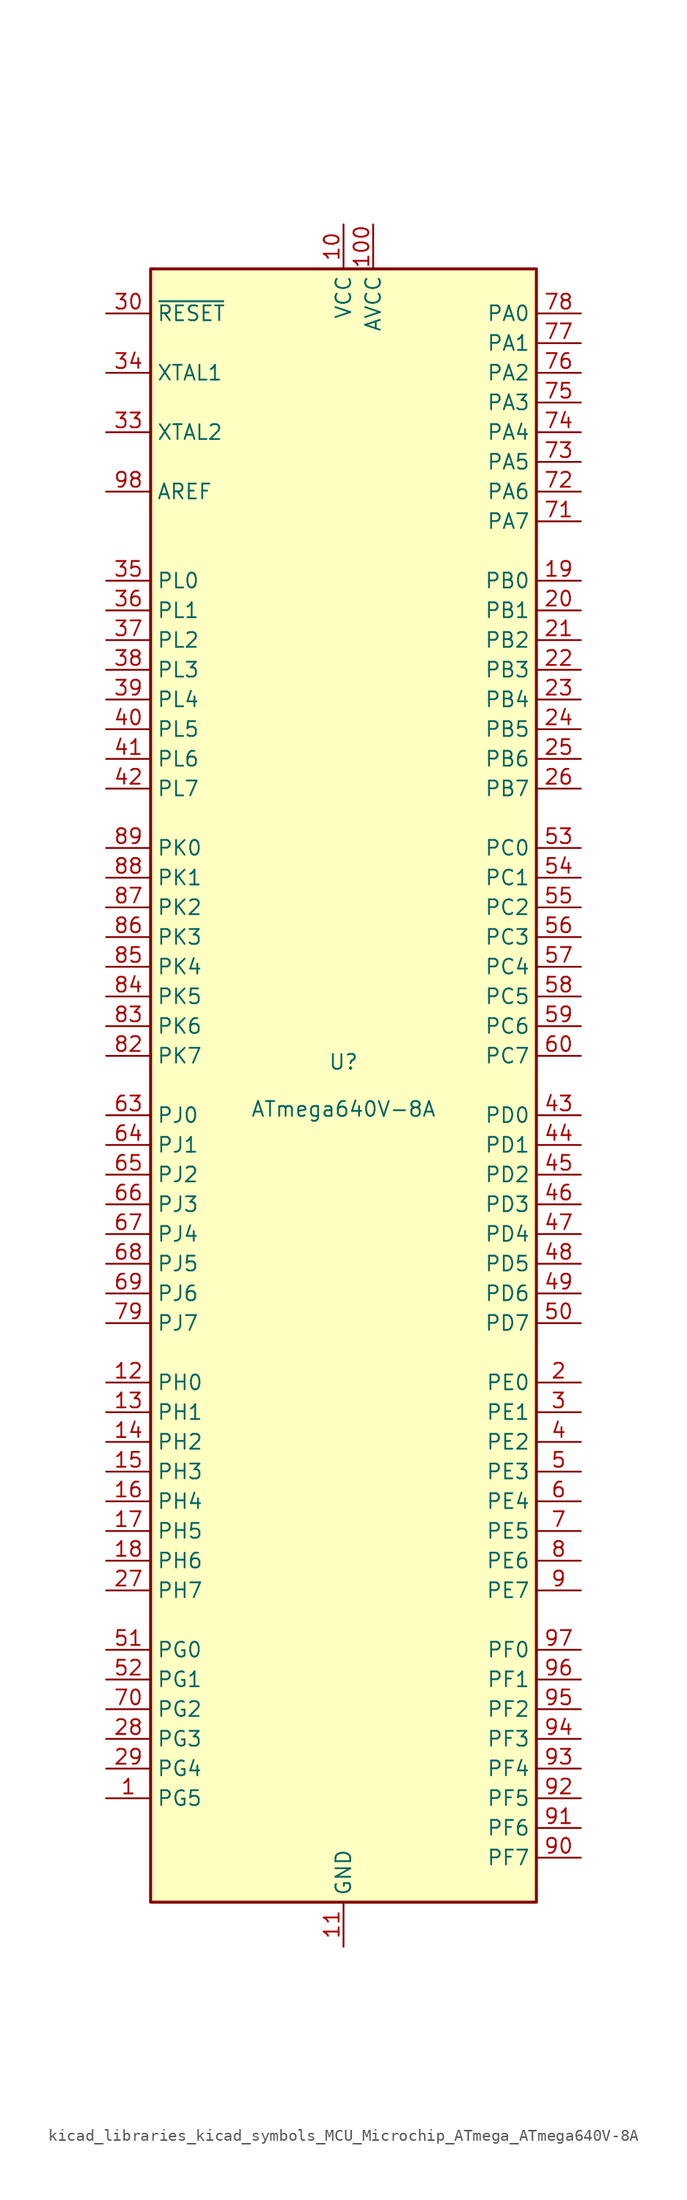
<source format=kicad_sym>
(kicad_symbol_lib
  (version 20220914)
  (generator kicad_symbol_editor)
  (symbol "kicad_libraries_kicad_symbols_MCU_Microchip_ATmega_ATmega640V-8A"
    (property "Reference" "U"
      (at 0 1.27 0)
      (effects (font (size 1.27 1.27)) (justify bottom)))
    (property "Value" "ATmega640V-8A"
      (at 0 -1.27 0)
      (effects (font (size 1.27 1.27)) (justify top)))
    (symbol "kicad_libraries_kicad_symbols_MCU_Microchip_ATmega_ATmega640V-8A_0_1"
      (rectangle (start -16.51 -69.85) (end 16.51 69.85) (stroke (width 0.254) (type default)) (fill (type background))))
    (symbol "kicad_libraries_kicad_symbols_MCU_Microchip_ATmega_ATmega640V-8A_1_1"
      (pin bidirectional line (at -20.32 -60.96 0) (length 3.81) (name "PG5" (effects (font (size 1.27 1.27)))) (number "1" (effects (font (size 1.27 1.27)))))
      (pin power_in line (at 0 73.66 270) (length 3.81) (name "VCC" (effects (font (size 1.27 1.27)))) (number "10" (effects (font (size 1.27 1.27)))))
      (pin power_in line (at 2.54 73.66 270) (length 3.81) (name "AVCC" (effects (font (size 1.27 1.27)))) (number "100" (effects (font (size 1.27 1.27)))))
      (pin power_in line (at 0 -73.66 90) (length 3.81) (name "GND" (effects (font (size 1.27 1.27)))) (number "11" (effects (font (size 1.27 1.27)))))
      (pin bidirectional line (at -20.32 -25.4 0) (length 3.81) (name "PH0" (effects (font (size 1.27 1.27)))) (number "12" (effects (font (size 1.27 1.27)))))
      (pin bidirectional line (at -20.32 -27.94 0) (length 3.81) (name "PH1" (effects (font (size 1.27 1.27)))) (number "13" (effects (font (size 1.27 1.27)))))
      (pin bidirectional line (at -20.32 -30.48 0) (length 3.81) (name "PH2" (effects (font (size 1.27 1.27)))) (number "14" (effects (font (size 1.27 1.27)))))
      (pin bidirectional line (at -20.32 -33.02 0) (length 3.81) (name "PH3" (effects (font (size 1.27 1.27)))) (number "15" (effects (font (size 1.27 1.27)))))
      (pin bidirectional line (at -20.32 -35.56 0) (length 3.81) (name "PH4" (effects (font (size 1.27 1.27)))) (number "16" (effects (font (size 1.27 1.27)))))
      (pin bidirectional line (at -20.32 -38.1 0) (length 3.81) (name "PH5" (effects (font (size 1.27 1.27)))) (number "17" (effects (font (size 1.27 1.27)))))
      (pin bidirectional line (at -20.32 -40.64 0) (length 3.81) (name "PH6" (effects (font (size 1.27 1.27)))) (number "18" (effects (font (size 1.27 1.27)))))
      (pin bidirectional line (at 20.32 43.18 180) (length 3.81) (name "PB0" (effects (font (size 1.27 1.27)))) (number "19" (effects (font (size 1.27 1.27)))))
      (pin bidirectional line (at 20.32 -25.4 180) (length 3.81) (name "PE0" (effects (font (size 1.27 1.27)))) (number "2" (effects (font (size 1.27 1.27)))))
      (pin bidirectional line (at 20.32 40.64 180) (length 3.81) (name "PB1" (effects (font (size 1.27 1.27)))) (number "20" (effects (font (size 1.27 1.27)))))
      (pin bidirectional line (at 20.32 38.1 180) (length 3.81) (name "PB2" (effects (font (size 1.27 1.27)))) (number "21" (effects (font (size 1.27 1.27)))))
      (pin bidirectional line (at 20.32 35.56 180) (length 3.81) (name "PB3" (effects (font (size 1.27 1.27)))) (number "22" (effects (font (size 1.27 1.27)))))
      (pin bidirectional line (at 20.32 33.02 180) (length 3.81) (name "PB4" (effects (font (size 1.27 1.27)))) (number "23" (effects (font (size 1.27 1.27)))))
      (pin bidirectional line (at 20.32 30.48 180) (length 3.81) (name "PB5" (effects (font (size 1.27 1.27)))) (number "24" (effects (font (size 1.27 1.27)))))
      (pin bidirectional line (at 20.32 27.94 180) (length 3.81) (name "PB6" (effects (font (size 1.27 1.27)))) (number "25" (effects (font (size 1.27 1.27)))))
      (pin bidirectional line (at 20.32 25.4 180) (length 3.81) (name "PB7" (effects (font (size 1.27 1.27)))) (number "26" (effects (font (size 1.27 1.27)))))
      (pin bidirectional line (at -20.32 -43.18 0) (length 3.81) (name "PH7" (effects (font (size 1.27 1.27)))) (number "27" (effects (font (size 1.27 1.27)))))
      (pin bidirectional line (at -20.32 -55.88 0) (length 3.81) (name "PG3" (effects (font (size 1.27 1.27)))) (number "28" (effects (font (size 1.27 1.27)))))
      (pin bidirectional line (at -20.32 -58.42 0) (length 3.81) (name "PG4" (effects (font (size 1.27 1.27)))) (number "29" (effects (font (size 1.27 1.27)))))
      (pin bidirectional line (at 20.32 -27.94 180) (length 3.81) (name "PE1" (effects (font (size 1.27 1.27)))) (number "3" (effects (font (size 1.27 1.27)))))
      (pin input line (at -20.32 66.04 0) (length 3.81) (name "~{RESET}" (effects (font (size 1.27 1.27)))) (number "30" (effects (font (size 1.27 1.27)))))
      (pin passive line (at 0 73.66 270) (length 3.81) hide (name "VCC" (effects (font (size 1.27 1.27)))) (number "31" (effects (font (size 1.27 1.27)))))
      (pin passive line (at 0 -73.66 90) (length 3.81) hide (name "GND" (effects (font (size 1.27 1.27)))) (number "32" (effects (font (size 1.27 1.27)))))
      (pin output line (at -20.32 55.88 0) (length 3.81) (name "XTAL2" (effects (font (size 1.27 1.27)))) (number "33" (effects (font (size 1.27 1.27)))))
      (pin input line (at -20.32 60.96 0) (length 3.81) (name "XTAL1" (effects (font (size 1.27 1.27)))) (number "34" (effects (font (size 1.27 1.27)))))
      (pin bidirectional line (at -20.32 43.18 0) (length 3.81) (name "PL0" (effects (font (size 1.27 1.27)))) (number "35" (effects (font (size 1.27 1.27)))))
      (pin bidirectional line (at -20.32 40.64 0) (length 3.81) (name "PL1" (effects (font (size 1.27 1.27)))) (number "36" (effects (font (size 1.27 1.27)))))
      (pin bidirectional line (at -20.32 38.1 0) (length 3.81) (name "PL2" (effects (font (size 1.27 1.27)))) (number "37" (effects (font (size 1.27 1.27)))))
      (pin bidirectional line (at -20.32 35.56 0) (length 3.81) (name "PL3" (effects (font (size 1.27 1.27)))) (number "38" (effects (font (size 1.27 1.27)))))
      (pin bidirectional line (at -20.32 33.02 0) (length 3.81) (name "PL4" (effects (font (size 1.27 1.27)))) (number "39" (effects (font (size 1.27 1.27)))))
      (pin bidirectional line (at 20.32 -30.48 180) (length 3.81) (name "PE2" (effects (font (size 1.27 1.27)))) (number "4" (effects (font (size 1.27 1.27)))))
      (pin bidirectional line (at -20.32 30.48 0) (length 3.81) (name "PL5" (effects (font (size 1.27 1.27)))) (number "40" (effects (font (size 1.27 1.27)))))
      (pin bidirectional line (at -20.32 27.94 0) (length 3.81) (name "PL6" (effects (font (size 1.27 1.27)))) (number "41" (effects (font (size 1.27 1.27)))))
      (pin bidirectional line (at -20.32 25.4 0) (length 3.81) (name "PL7" (effects (font (size 1.27 1.27)))) (number "42" (effects (font (size 1.27 1.27)))))
      (pin bidirectional line (at 20.32 -2.54 180) (length 3.81) (name "PD0" (effects (font (size 1.27 1.27)))) (number "43" (effects (font (size 1.27 1.27)))))
      (pin bidirectional line (at 20.32 -5.08 180) (length 3.81) (name "PD1" (effects (font (size 1.27 1.27)))) (number "44" (effects (font (size 1.27 1.27)))))
      (pin bidirectional line (at 20.32 -7.62 180) (length 3.81) (name "PD2" (effects (font (size 1.27 1.27)))) (number "45" (effects (font (size 1.27 1.27)))))
      (pin bidirectional line (at 20.32 -10.16 180) (length 3.81) (name "PD3" (effects (font (size 1.27 1.27)))) (number "46" (effects (font (size 1.27 1.27)))))
      (pin bidirectional line (at 20.32 -12.7 180) (length 3.81) (name "PD4" (effects (font (size 1.27 1.27)))) (number "47" (effects (font (size 1.27 1.27)))))
      (pin bidirectional line (at 20.32 -15.24 180) (length 3.81) (name "PD5" (effects (font (size 1.27 1.27)))) (number "48" (effects (font (size 1.27 1.27)))))
      (pin bidirectional line (at 20.32 -17.78 180) (length 3.81) (name "PD6" (effects (font (size 1.27 1.27)))) (number "49" (effects (font (size 1.27 1.27)))))
      (pin bidirectional line (at 20.32 -33.02 180) (length 3.81) (name "PE3" (effects (font (size 1.27 1.27)))) (number "5" (effects (font (size 1.27 1.27)))))
      (pin bidirectional line (at 20.32 -20.32 180) (length 3.81) (name "PD7" (effects (font (size 1.27 1.27)))) (number "50" (effects (font (size 1.27 1.27)))))
      (pin bidirectional line (at -20.32 -48.26 0) (length 3.81) (name "PG0" (effects (font (size 1.27 1.27)))) (number "51" (effects (font (size 1.27 1.27)))))
      (pin bidirectional line (at -20.32 -50.8 0) (length 3.81) (name "PG1" (effects (font (size 1.27 1.27)))) (number "52" (effects (font (size 1.27 1.27)))))
      (pin bidirectional line (at 20.32 20.32 180) (length 3.81) (name "PC0" (effects (font (size 1.27 1.27)))) (number "53" (effects (font (size 1.27 1.27)))))
      (pin bidirectional line (at 20.32 17.78 180) (length 3.81) (name "PC1" (effects (font (size 1.27 1.27)))) (number "54" (effects (font (size 1.27 1.27)))))
      (pin bidirectional line (at 20.32 15.24 180) (length 3.81) (name "PC2" (effects (font (size 1.27 1.27)))) (number "55" (effects (font (size 1.27 1.27)))))
      (pin bidirectional line (at 20.32 12.7 180) (length 3.81) (name "PC3" (effects (font (size 1.27 1.27)))) (number "56" (effects (font (size 1.27 1.27)))))
      (pin bidirectional line (at 20.32 10.16 180) (length 3.81) (name "PC4" (effects (font (size 1.27 1.27)))) (number "57" (effects (font (size 1.27 1.27)))))
      (pin bidirectional line (at 20.32 7.62 180) (length 3.81) (name "PC5" (effects (font (size 1.27 1.27)))) (number "58" (effects (font (size 1.27 1.27)))))
      (pin bidirectional line (at 20.32 5.08 180) (length 3.81) (name "PC6" (effects (font (size 1.27 1.27)))) (number "59" (effects (font (size 1.27 1.27)))))
      (pin bidirectional line (at 20.32 -35.56 180) (length 3.81) (name "PE4" (effects (font (size 1.27 1.27)))) (number "6" (effects (font (size 1.27 1.27)))))
      (pin bidirectional line (at 20.32 2.54 180) (length 3.81) (name "PC7" (effects (font (size 1.27 1.27)))) (number "60" (effects (font (size 1.27 1.27)))))
      (pin passive line (at 0 73.66 270) (length 3.81) hide (name "VCC" (effects (font (size 1.27 1.27)))) (number "61" (effects (font (size 1.27 1.27)))))
      (pin passive line (at 0 -73.66 90) (length 3.81) hide (name "GND" (effects (font (size 1.27 1.27)))) (number "62" (effects (font (size 1.27 1.27)))))
      (pin bidirectional line (at -20.32 -2.54 0) (length 3.81) (name "PJ0" (effects (font (size 1.27 1.27)))) (number "63" (effects (font (size 1.27 1.27)))))
      (pin bidirectional line (at -20.32 -5.08 0) (length 3.81) (name "PJ1" (effects (font (size 1.27 1.27)))) (number "64" (effects (font (size 1.27 1.27)))))
      (pin bidirectional line (at -20.32 -7.62 0) (length 3.81) (name "PJ2" (effects (font (size 1.27 1.27)))) (number "65" (effects (font (size 1.27 1.27)))))
      (pin bidirectional line (at -20.32 -10.16 0) (length 3.81) (name "PJ3" (effects (font (size 1.27 1.27)))) (number "66" (effects (font (size 1.27 1.27)))))
      (pin bidirectional line (at -20.32 -12.7 0) (length 3.81) (name "PJ4" (effects (font (size 1.27 1.27)))) (number "67" (effects (font (size 1.27 1.27)))))
      (pin bidirectional line (at -20.32 -15.24 0) (length 3.81) (name "PJ5" (effects (font (size 1.27 1.27)))) (number "68" (effects (font (size 1.27 1.27)))))
      (pin bidirectional line (at -20.32 -17.78 0) (length 3.81) (name "PJ6" (effects (font (size 1.27 1.27)))) (number "69" (effects (font (size 1.27 1.27)))))
      (pin bidirectional line (at 20.32 -38.1 180) (length 3.81) (name "PE5" (effects (font (size 1.27 1.27)))) (number "7" (effects (font (size 1.27 1.27)))))
      (pin bidirectional line (at -20.32 -53.34 0) (length 3.81) (name "PG2" (effects (font (size 1.27 1.27)))) (number "70" (effects (font (size 1.27 1.27)))))
      (pin bidirectional line (at 20.32 48.26 180) (length 3.81) (name "PA7" (effects (font (size 1.27 1.27)))) (number "71" (effects (font (size 1.27 1.27)))))
      (pin bidirectional line (at 20.32 50.8 180) (length 3.81) (name "PA6" (effects (font (size 1.27 1.27)))) (number "72" (effects (font (size 1.27 1.27)))))
      (pin bidirectional line (at 20.32 53.34 180) (length 3.81) (name "PA5" (effects (font (size 1.27 1.27)))) (number "73" (effects (font (size 1.27 1.27)))))
      (pin bidirectional line (at 20.32 55.88 180) (length 3.81) (name "PA4" (effects (font (size 1.27 1.27)))) (number "74" (effects (font (size 1.27 1.27)))))
      (pin bidirectional line (at 20.32 58.42 180) (length 3.81) (name "PA3" (effects (font (size 1.27 1.27)))) (number "75" (effects (font (size 1.27 1.27)))))
      (pin bidirectional line (at 20.32 60.96 180) (length 3.81) (name "PA2" (effects (font (size 1.27 1.27)))) (number "76" (effects (font (size 1.27 1.27)))))
      (pin bidirectional line (at 20.32 63.5 180) (length 3.81) (name "PA1" (effects (font (size 1.27 1.27)))) (number "77" (effects (font (size 1.27 1.27)))))
      (pin bidirectional line (at 20.32 66.04 180) (length 3.81) (name "PA0" (effects (font (size 1.27 1.27)))) (number "78" (effects (font (size 1.27 1.27)))))
      (pin bidirectional line (at -20.32 -20.32 0) (length 3.81) (name "PJ7" (effects (font (size 1.27 1.27)))) (number "79" (effects (font (size 1.27 1.27)))))
      (pin bidirectional line (at 20.32 -40.64 180) (length 3.81) (name "PE6" (effects (font (size 1.27 1.27)))) (number "8" (effects (font (size 1.27 1.27)))))
      (pin passive line (at 0 73.66 270) (length 3.81) hide (name "VCC" (effects (font (size 1.27 1.27)))) (number "80" (effects (font (size 1.27 1.27)))))
      (pin passive line (at 0 -73.66 90) (length 3.81) hide (name "GND" (effects (font (size 1.27 1.27)))) (number "81" (effects (font (size 1.27 1.27)))))
      (pin bidirectional line (at -20.32 2.54 0) (length 3.81) (name "PK7" (effects (font (size 1.27 1.27)))) (number "82" (effects (font (size 1.27 1.27)))))
      (pin bidirectional line (at -20.32 5.08 0) (length 3.81) (name "PK6" (effects (font (size 1.27 1.27)))) (number "83" (effects (font (size 1.27 1.27)))))
      (pin bidirectional line (at -20.32 7.62 0) (length 3.81) (name "PK5" (effects (font (size 1.27 1.27)))) (number "84" (effects (font (size 1.27 1.27)))))
      (pin bidirectional line (at -20.32 10.16 0) (length 3.81) (name "PK4" (effects (font (size 1.27 1.27)))) (number "85" (effects (font (size 1.27 1.27)))))
      (pin bidirectional line (at -20.32 12.7 0) (length 3.81) (name "PK3" (effects (font (size 1.27 1.27)))) (number "86" (effects (font (size 1.27 1.27)))))
      (pin bidirectional line (at -20.32 15.24 0) (length 3.81) (name "PK2" (effects (font (size 1.27 1.27)))) (number "87" (effects (font (size 1.27 1.27)))))
      (pin bidirectional line (at -20.32 17.78 0) (length 3.81) (name "PK1" (effects (font (size 1.27 1.27)))) (number "88" (effects (font (size 1.27 1.27)))))
      (pin bidirectional line (at -20.32 20.32 0) (length 3.81) (name "PK0" (effects (font (size 1.27 1.27)))) (number "89" (effects (font (size 1.27 1.27)))))
      (pin bidirectional line (at 20.32 -43.18 180) (length 3.81) (name "PE7" (effects (font (size 1.27 1.27)))) (number "9" (effects (font (size 1.27 1.27)))))
      (pin bidirectional line (at 20.32 -66.04 180) (length 3.81) (name "PF7" (effects (font (size 1.27 1.27)))) (number "90" (effects (font (size 1.27 1.27)))))
      (pin bidirectional line (at 20.32 -63.5 180) (length 3.81) (name "PF6" (effects (font (size 1.27 1.27)))) (number "91" (effects (font (size 1.27 1.27)))))
      (pin bidirectional line (at 20.32 -60.96 180) (length 3.81) (name "PF5" (effects (font (size 1.27 1.27)))) (number "92" (effects (font (size 1.27 1.27)))))
      (pin bidirectional line (at 20.32 -58.42 180) (length 3.81) (name "PF4" (effects (font (size 1.27 1.27)))) (number "93" (effects (font (size 1.27 1.27)))))
      (pin bidirectional line (at 20.32 -55.88 180) (length 3.81) (name "PF3" (effects (font (size 1.27 1.27)))) (number "94" (effects (font (size 1.27 1.27)))))
      (pin bidirectional line (at 20.32 -53.34 180) (length 3.81) (name "PF2" (effects (font (size 1.27 1.27)))) (number "95" (effects (font (size 1.27 1.27)))))
      (pin bidirectional line (at 20.32 -50.8 180) (length 3.81) (name "PF1" (effects (font (size 1.27 1.27)))) (number "96" (effects (font (size 1.27 1.27)))))
      (pin bidirectional line (at 20.32 -48.26 180) (length 3.81) (name "PF0" (effects (font (size 1.27 1.27)))) (number "97" (effects (font (size 1.27 1.27)))))
      (pin passive line (at -20.32 50.8 0) (length 3.81) (name "AREF" (effects (font (size 1.27 1.27)))) (number "98" (effects (font (size 1.27 1.27)))))
      (pin passive line (at 0 -73.66 90) (length 3.81) hide (name "GND" (effects (font (size 1.27 1.27)))) (number "99" (effects (font (size 1.27 1.27))))))))
</source>
